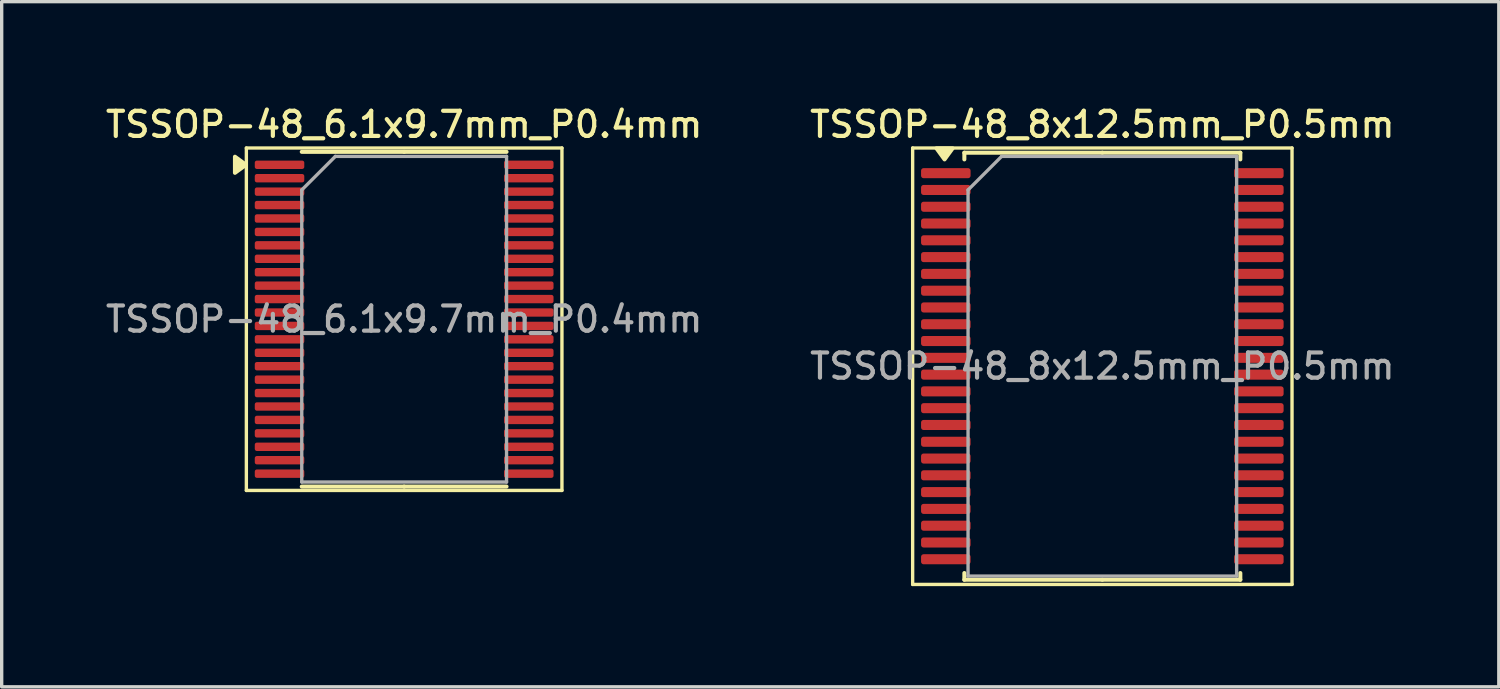
<source format=kicad_pcb>
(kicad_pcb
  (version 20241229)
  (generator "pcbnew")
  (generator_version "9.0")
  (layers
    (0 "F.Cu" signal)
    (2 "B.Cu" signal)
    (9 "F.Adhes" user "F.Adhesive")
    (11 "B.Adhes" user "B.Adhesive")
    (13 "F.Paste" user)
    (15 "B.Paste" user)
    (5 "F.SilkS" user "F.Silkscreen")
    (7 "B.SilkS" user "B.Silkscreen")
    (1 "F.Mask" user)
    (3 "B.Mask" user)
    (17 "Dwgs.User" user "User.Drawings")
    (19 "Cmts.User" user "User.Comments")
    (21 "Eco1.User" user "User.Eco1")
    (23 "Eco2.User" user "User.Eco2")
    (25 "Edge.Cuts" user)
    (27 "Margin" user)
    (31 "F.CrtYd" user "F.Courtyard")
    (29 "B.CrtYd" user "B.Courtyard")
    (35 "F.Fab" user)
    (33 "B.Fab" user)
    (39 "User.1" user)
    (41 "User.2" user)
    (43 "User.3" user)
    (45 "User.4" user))
  (footprint "TSSOP-48_6.1x9.7mm_P0.4mm"
    (layer "F.Cu")
    (at 8.988 6.458)
    (property "Reference" "TSSOP-48_6.1x9.7mm_P0.4mm" (at 0 -5.8 0) (layer "F.SilkS") (effects (font (size 0.75 0.75) (thickness 0.125))))
    (attr smd)
    (fp_line (start -4.7 -5.1) (end -4.7 5.1) (stroke (width 0.1) (type solid)) (layer "F.SilkS"))
    (fp_line (start -4.7 5.1) (end 4.7 5.1) (stroke (width 0.1) (type solid)) (layer "F.SilkS"))
    (fp_line (start 0 -4.985) (end -3.05 -4.985) (stroke (width 0.12) (type solid)) (layer "F.SilkS"))
    (fp_line (start 0 -4.985) (end 3.05 -4.985) (stroke (width 0.12) (type solid)) (layer "F.SilkS"))
    (fp_line (start 0 4.985) (end -3.05 4.985) (stroke (width 0.12) (type solid)) (layer "F.SilkS"))
    (fp_line (start 0 4.985) (end 3.05 4.985) (stroke (width 0.12) (type solid)) (layer "F.SilkS"))
    (fp_line (start 4.7 -5.1) (end -4.7 -5.1) (stroke (width 0.1) (type solid)) (layer "F.SilkS"))
    (fp_line (start 4.7 5.1) (end 4.7 -5.1) (stroke (width 0.1) (type solid)) (layer "F.SilkS"))
    (fp_poly (pts (xy -4.71 -4.6) (xy -5.04 -4.84) (xy -5.04 -4.36) (xy -4.71 -4.6)) (stroke (width 0.12) (type solid)) (fill yes) (layer "F.SilkS"))
    (fp_line (start -3.05 -3.85) (end -2.05 -4.85) (stroke (width 0.1) (type solid)) (layer "F.Fab"))
    (fp_line (start -3.05 4.85) (end -3.05 -3.85) (stroke (width 0.1) (type solid)) (layer "F.Fab"))
    (fp_line (start -2.05 -4.85) (end 3.05 -4.85) (stroke (width 0.1) (type solid)) (layer "F.Fab"))
    (fp_line (start 3.05 -4.85) (end 3.05 4.85) (stroke (width 0.1) (type solid)) (layer "F.Fab"))
    (fp_line (start 3.05 4.85) (end -3.05 4.85) (stroke (width 0.1) (type solid)) (layer "F.Fab"))
    (fp_text user "${REFERENCE}" (at 0 0 0) (layer "F.Fab") (effects (font (size 0.75 0.75) (thickness 0.125))))
    (pad "1" smd roundrect (at -3.712 -4.6) (size 1.475 0.25) (layers "F.Cu" "F.Mask" "F.Paste") (roundrect_rratio 0.25))
    (pad "2" smd roundrect (at -3.712 -4.2) (size 1.475 0.25) (layers "F.Cu" "F.Mask" "F.Paste") (roundrect_rratio 0.25))
    (pad "3" smd roundrect (at -3.712 -3.8) (size 1.475 0.25) (layers "F.Cu" "F.Mask" "F.Paste") (roundrect_rratio 0.25))
    (pad "4" smd roundrect (at -3.712 -3.4) (size 1.475 0.25) (layers "F.Cu" "F.Mask" "F.Paste") (roundrect_rratio 0.25))
    (pad "5" smd roundrect (at -3.712 -3) (size 1.475 0.25) (layers "F.Cu" "F.Mask" "F.Paste") (roundrect_rratio 0.25))
    (pad "6" smd roundrect (at -3.712 -2.6) (size 1.475 0.25) (layers "F.Cu" "F.Mask" "F.Paste") (roundrect_rratio 0.25))
    (pad "7" smd roundrect (at -3.712 -2.2) (size 1.475 0.25) (layers "F.Cu" "F.Mask" "F.Paste") (roundrect_rratio 0.25))
    (pad "8" smd roundrect (at -3.712 -1.8) (size 1.475 0.25) (layers "F.Cu" "F.Mask" "F.Paste") (roundrect_rratio 0.25))
    (pad "9" smd roundrect (at -3.712 -1.4) (size 1.475 0.25) (layers "F.Cu" "F.Mask" "F.Paste") (roundrect_rratio 0.25))
    (pad "10" smd roundrect (at -3.712 -1) (size 1.475 0.25) (layers "F.Cu" "F.Mask" "F.Paste") (roundrect_rratio 0.25))
    (pad "11" smd roundrect (at -3.712 -0.6) (size 1.475 0.25) (layers "F.Cu" "F.Mask" "F.Paste") (roundrect_rratio 0.25))
    (pad "12" smd roundrect (at -3.712 -0.2) (size 1.475 0.25) (layers "F.Cu" "F.Mask" "F.Paste") (roundrect_rratio 0.25))
    (pad "13" smd roundrect (at -3.712 0.2) (size 1.475 0.25) (layers "F.Cu" "F.Mask" "F.Paste") (roundrect_rratio 0.25))
    (pad "14" smd roundrect (at -3.712 0.6) (size 1.475 0.25) (layers "F.Cu" "F.Mask" "F.Paste") (roundrect_rratio 0.25))
    (pad "15" smd roundrect (at -3.712 1) (size 1.475 0.25) (layers "F.Cu" "F.Mask" "F.Paste") (roundrect_rratio 0.25))
    (pad "16" smd roundrect (at -3.712 1.4) (size 1.475 0.25) (layers "F.Cu" "F.Mask" "F.Paste") (roundrect_rratio 0.25))
    (pad "17" smd roundrect (at -3.712 1.8) (size 1.475 0.25) (layers "F.Cu" "F.Mask" "F.Paste") (roundrect_rratio 0.25))
    (pad "18" smd roundrect (at -3.712 2.2) (size 1.475 0.25) (layers "F.Cu" "F.Mask" "F.Paste") (roundrect_rratio 0.25))
    (pad "19" smd roundrect (at -3.712 2.6) (size 1.475 0.25) (layers "F.Cu" "F.Mask" "F.Paste") (roundrect_rratio 0.25))
    (pad "20" smd roundrect (at -3.712 3) (size 1.475 0.25) (layers "F.Cu" "F.Mask" "F.Paste") (roundrect_rratio 0.25))
    (pad "21" smd roundrect (at -3.712 3.4) (size 1.475 0.25) (layers "F.Cu" "F.Mask" "F.Paste") (roundrect_rratio 0.25))
    (pad "22" smd roundrect (at -3.712 3.8) (size 1.475 0.25) (layers "F.Cu" "F.Mask" "F.Paste") (roundrect_rratio 0.25))
    (pad "23" smd roundrect (at -3.712 4.2) (size 1.475 0.25) (layers "F.Cu" "F.Mask" "F.Paste") (roundrect_rratio 0.25))
    (pad "24" smd roundrect (at -3.712 4.6) (size 1.475 0.25) (layers "F.Cu" "F.Mask" "F.Paste") (roundrect_rratio 0.25))
    (pad "25" smd roundrect (at 3.712 4.6) (size 1.475 0.25) (layers "F.Cu" "F.Mask" "F.Paste") (roundrect_rratio 0.25))
    (pad "26" smd roundrect (at 3.712 4.2) (size 1.475 0.25) (layers "F.Cu" "F.Mask" "F.Paste") (roundrect_rratio 0.25))
    (pad "27" smd roundrect (at 3.712 3.8) (size 1.475 0.25) (layers "F.Cu" "F.Mask" "F.Paste") (roundrect_rratio 0.25))
    (pad "28" smd roundrect (at 3.712 3.4) (size 1.475 0.25) (layers "F.Cu" "F.Mask" "F.Paste") (roundrect_rratio 0.25))
    (pad "29" smd roundrect (at 3.712 3) (size 1.475 0.25) (layers "F.Cu" "F.Mask" "F.Paste") (roundrect_rratio 0.25))
    (pad "30" smd roundrect (at 3.712 2.6) (size 1.475 0.25) (layers "F.Cu" "F.Mask" "F.Paste") (roundrect_rratio 0.25))
    (pad "31" smd roundrect (at 3.712 2.2) (size 1.475 0.25) (layers "F.Cu" "F.Mask" "F.Paste") (roundrect_rratio 0.25))
    (pad "32" smd roundrect (at 3.712 1.8) (size 1.475 0.25) (layers "F.Cu" "F.Mask" "F.Paste") (roundrect_rratio 0.25))
    (pad "33" smd roundrect (at 3.712 1.4) (size 1.475 0.25) (layers "F.Cu" "F.Mask" "F.Paste") (roundrect_rratio 0.25))
    (pad "34" smd roundrect (at 3.712 1) (size 1.475 0.25) (layers "F.Cu" "F.Mask" "F.Paste") (roundrect_rratio 0.25))
    (pad "35" smd roundrect (at 3.712 0.6) (size 1.475 0.25) (layers "F.Cu" "F.Mask" "F.Paste") (roundrect_rratio 0.25))
    (pad "36" smd roundrect (at 3.712 0.2) (size 1.475 0.25) (layers "F.Cu" "F.Mask" "F.Paste") (roundrect_rratio 0.25))
    (pad "37" smd roundrect (at 3.712 -0.2) (size 1.475 0.25) (layers "F.Cu" "F.Mask" "F.Paste") (roundrect_rratio 0.25))
    (pad "38" smd roundrect (at 3.712 -0.6) (size 1.475 0.25) (layers "F.Cu" "F.Mask" "F.Paste") (roundrect_rratio 0.25))
    (pad "39" smd roundrect (at 3.712 -1) (size 1.475 0.25) (layers "F.Cu" "F.Mask" "F.Paste") (roundrect_rratio 0.25))
    (pad "40" smd roundrect (at 3.712 -1.4) (size 1.475 0.25) (layers "F.Cu" "F.Mask" "F.Paste") (roundrect_rratio 0.25))
    (pad "41" smd roundrect (at 3.712 -1.8) (size 1.475 0.25) (layers "F.Cu" "F.Mask" "F.Paste") (roundrect_rratio 0.25))
    (pad "42" smd roundrect (at 3.712 -2.2) (size 1.475 0.25) (layers "F.Cu" "F.Mask" "F.Paste") (roundrect_rratio 0.25))
    (pad "43" smd roundrect (at 3.712 -2.6) (size 1.475 0.25) (layers "F.Cu" "F.Mask" "F.Paste") (roundrect_rratio 0.25))
    (pad "44" smd roundrect (at 3.712 -3) (size 1.475 0.25) (layers "F.Cu" "F.Mask" "F.Paste") (roundrect_rratio 0.25))
    (pad "45" smd roundrect (at 3.712 -3.4) (size 1.475 0.25) (layers "F.Cu" "F.Mask" "F.Paste") (roundrect_rratio 0.25))
    (pad "46" smd roundrect (at 3.712 -3.8) (size 1.475 0.25) (layers "F.Cu" "F.Mask" "F.Paste") (roundrect_rratio 0.25))
    (pad "47" smd roundrect (at 3.712 -4.2) (size 1.475 0.25) (layers "F.Cu" "F.Mask" "F.Paste") (roundrect_rratio 0.25))
    (pad "48" smd roundrect (at 3.712 -4.6) (size 1.475 0.25) (layers "F.Cu" "F.Mask" "F.Paste") (roundrect_rratio 0.25)))
  (footprint "TSSOP-48_8x12.5mm_P0.5mm"
    (layer "F.Cu")
    (at 29.784 7.858)
    (property "Reference" "TSSOP-48_8x12.5mm_P0.5mm" (at 0 -7.2 0) (layer "F.SilkS") (effects (font (size 0.75 0.75) (thickness 0.125))))
    (attr smd)
    (fp_line (start -5.65 -6.5) (end -5.65 6.5) (stroke (width 0.1) (type solid)) (layer "F.SilkS"))
    (fp_line (start -5.65 6.5) (end 5.65 6.5) (stroke (width 0.1) (type solid)) (layer "F.SilkS"))
    (fp_line (start -4.11 -6.36) (end -4.11 -6.16) (stroke (width 0.12) (type solid)) (layer "F.SilkS"))
    (fp_line (start -4.11 6.36) (end -4.11 6.16) (stroke (width 0.12) (type solid)) (layer "F.SilkS"))
    (fp_line (start 0 -6.36) (end -4.11 -6.36) (stroke (width 0.12) (type solid)) (layer "F.SilkS"))
    (fp_line (start 0 -6.36) (end 4.11 -6.36) (stroke (width 0.12) (type solid)) (layer "F.SilkS"))
    (fp_line (start 0 6.36) (end -4.11 6.36) (stroke (width 0.12) (type solid)) (layer "F.SilkS"))
    (fp_line (start 0 6.36) (end 4.11 6.36) (stroke (width 0.12) (type solid)) (layer "F.SilkS"))
    (fp_line (start 4.11 -6.36) (end 4.11 -6.16) (stroke (width 0.12) (type solid)) (layer "F.SilkS"))
    (fp_line (start 4.11 6.36) (end 4.11 6.16) (stroke (width 0.12) (type solid)) (layer "F.SilkS"))
    (fp_line (start 5.65 -6.5) (end -5.65 -6.5) (stroke (width 0.1) (type solid)) (layer "F.SilkS"))
    (fp_line (start 5.65 6.5) (end 5.65 -6.5) (stroke (width 0.1) (type solid)) (layer "F.SilkS"))
    (fp_poly (pts (xy -4.7 -6.16) (xy -4.94 -6.49) (xy -4.46 -6.49) (xy -4.7 -6.16)) (stroke (width 0.12) (type solid)) (fill yes) (layer "F.SilkS"))
    (fp_line (start -4 -5.25) (end -3 -6.25) (stroke (width 0.1) (type solid)) (layer "F.Fab"))
    (fp_line (start -4 6.25) (end -4 -5.25) (stroke (width 0.1) (type solid)) (layer "F.Fab"))
    (fp_line (start -3 -6.25) (end 4 -6.25) (stroke (width 0.1) (type solid)) (layer "F.Fab"))
    (fp_line (start 4 -6.25) (end 4 6.25) (stroke (width 0.1) (type solid)) (layer "F.Fab"))
    (fp_line (start 4 6.25) (end -4 6.25) (stroke (width 0.1) (type solid)) (layer "F.Fab"))
    (fp_text user "${REFERENCE}" (at 0 0 0) (layer "F.Fab") (effects (font (size 0.75 0.75) (thickness 0.125))))
    (pad "1" smd roundrect (at -4.662 -5.75) (size 1.475 0.3) (layers "F.Cu" "F.Mask" "F.Paste") (roundrect_rratio 0.25))
    (pad "2" smd roundrect (at -4.662 -5.25) (size 1.475 0.3) (layers "F.Cu" "F.Mask" "F.Paste") (roundrect_rratio 0.25))
    (pad "3" smd roundrect (at -4.662 -4.75) (size 1.475 0.3) (layers "F.Cu" "F.Mask" "F.Paste") (roundrect_rratio 0.25))
    (pad "4" smd roundrect (at -4.662 -4.25) (size 1.475 0.3) (layers "F.Cu" "F.Mask" "F.Paste") (roundrect_rratio 0.25))
    (pad "5" smd roundrect (at -4.662 -3.75) (size 1.475 0.3) (layers "F.Cu" "F.Mask" "F.Paste") (roundrect_rratio 0.25))
    (pad "6" smd roundrect (at -4.662 -3.25) (size 1.475 0.3) (layers "F.Cu" "F.Mask" "F.Paste") (roundrect_rratio 0.25))
    (pad "7" smd roundrect (at -4.662 -2.75) (size 1.475 0.3) (layers "F.Cu" "F.Mask" "F.Paste") (roundrect_rratio 0.25))
    (pad "8" smd roundrect (at -4.662 -2.25) (size 1.475 0.3) (layers "F.Cu" "F.Mask" "F.Paste") (roundrect_rratio 0.25))
    (pad "9" smd roundrect (at -4.662 -1.75) (size 1.475 0.3) (layers "F.Cu" "F.Mask" "F.Paste") (roundrect_rratio 0.25))
    (pad "10" smd roundrect (at -4.662 -1.25) (size 1.475 0.3) (layers "F.Cu" "F.Mask" "F.Paste") (roundrect_rratio 0.25))
    (pad "11" smd roundrect (at -4.662 -0.75) (size 1.475 0.3) (layers "F.Cu" "F.Mask" "F.Paste") (roundrect_rratio 0.25))
    (pad "12" smd roundrect (at -4.662 -0.25) (size 1.475 0.3) (layers "F.Cu" "F.Mask" "F.Paste") (roundrect_rratio 0.25))
    (pad "13" smd roundrect (at -4.662 0.25) (size 1.475 0.3) (layers "F.Cu" "F.Mask" "F.Paste") (roundrect_rratio 0.25))
    (pad "14" smd roundrect (at -4.662 0.75) (size 1.475 0.3) (layers "F.Cu" "F.Mask" "F.Paste") (roundrect_rratio 0.25))
    (pad "15" smd roundrect (at -4.662 1.25) (size 1.475 0.3) (layers "F.Cu" "F.Mask" "F.Paste") (roundrect_rratio 0.25))
    (pad "16" smd roundrect (at -4.662 1.75) (size 1.475 0.3) (layers "F.Cu" "F.Mask" "F.Paste") (roundrect_rratio 0.25))
    (pad "17" smd roundrect (at -4.662 2.25) (size 1.475 0.3) (layers "F.Cu" "F.Mask" "F.Paste") (roundrect_rratio 0.25))
    (pad "18" smd roundrect (at -4.662 2.75) (size 1.475 0.3) (layers "F.Cu" "F.Mask" "F.Paste") (roundrect_rratio 0.25))
    (pad "19" smd roundrect (at -4.662 3.25) (size 1.475 0.3) (layers "F.Cu" "F.Mask" "F.Paste") (roundrect_rratio 0.25))
    (pad "20" smd roundrect (at -4.662 3.75) (size 1.475 0.3) (layers "F.Cu" "F.Mask" "F.Paste") (roundrect_rratio 0.25))
    (pad "21" smd roundrect (at -4.662 4.25) (size 1.475 0.3) (layers "F.Cu" "F.Mask" "F.Paste") (roundrect_rratio 0.25))
    (pad "22" smd roundrect (at -4.662 4.75) (size 1.475 0.3) (layers "F.Cu" "F.Mask" "F.Paste") (roundrect_rratio 0.25))
    (pad "23" smd roundrect (at -4.662 5.25) (size 1.475 0.3) (layers "F.Cu" "F.Mask" "F.Paste") (roundrect_rratio 0.25))
    (pad "24" smd roundrect (at -4.662 5.75) (size 1.475 0.3) (layers "F.Cu" "F.Mask" "F.Paste") (roundrect_rratio 0.25))
    (pad "25" smd roundrect (at 4.662 5.75) (size 1.475 0.3) (layers "F.Cu" "F.Mask" "F.Paste") (roundrect_rratio 0.25))
    (pad "26" smd roundrect (at 4.662 5.25) (size 1.475 0.3) (layers "F.Cu" "F.Mask" "F.Paste") (roundrect_rratio 0.25))
    (pad "27" smd roundrect (at 4.662 4.75) (size 1.475 0.3) (layers "F.Cu" "F.Mask" "F.Paste") (roundrect_rratio 0.25))
    (pad "28" smd roundrect (at 4.662 4.25) (size 1.475 0.3) (layers "F.Cu" "F.Mask" "F.Paste") (roundrect_rratio 0.25))
    (pad "29" smd roundrect (at 4.662 3.75) (size 1.475 0.3) (layers "F.Cu" "F.Mask" "F.Paste") (roundrect_rratio 0.25))
    (pad "30" smd roundrect (at 4.662 3.25) (size 1.475 0.3) (layers "F.Cu" "F.Mask" "F.Paste") (roundrect_rratio 0.25))
    (pad "31" smd roundrect (at 4.662 2.75) (size 1.475 0.3) (layers "F.Cu" "F.Mask" "F.Paste") (roundrect_rratio 0.25))
    (pad "32" smd roundrect (at 4.662 2.25) (size 1.475 0.3) (layers "F.Cu" "F.Mask" "F.Paste") (roundrect_rratio 0.25))
    (pad "33" smd roundrect (at 4.662 1.75) (size 1.475 0.3) (layers "F.Cu" "F.Mask" "F.Paste") (roundrect_rratio 0.25))
    (pad "34" smd roundrect (at 4.662 1.25) (size 1.475 0.3) (layers "F.Cu" "F.Mask" "F.Paste") (roundrect_rratio 0.25))
    (pad "35" smd roundrect (at 4.662 0.75) (size 1.475 0.3) (layers "F.Cu" "F.Mask" "F.Paste") (roundrect_rratio 0.25))
    (pad "36" smd roundrect (at 4.662 0.25) (size 1.475 0.3) (layers "F.Cu" "F.Mask" "F.Paste") (roundrect_rratio 0.25))
    (pad "37" smd roundrect (at 4.662 -0.25) (size 1.475 0.3) (layers "F.Cu" "F.Mask" "F.Paste") (roundrect_rratio 0.25))
    (pad "38" smd roundrect (at 4.662 -0.75) (size 1.475 0.3) (layers "F.Cu" "F.Mask" "F.Paste") (roundrect_rratio 0.25))
    (pad "39" smd roundrect (at 4.662 -1.25) (size 1.475 0.3) (layers "F.Cu" "F.Mask" "F.Paste") (roundrect_rratio 0.25))
    (pad "40" smd roundrect (at 4.662 -1.75) (size 1.475 0.3) (layers "F.Cu" "F.Mask" "F.Paste") (roundrect_rratio 0.25))
    (pad "41" smd roundrect (at 4.662 -2.25) (size 1.475 0.3) (layers "F.Cu" "F.Mask" "F.Paste") (roundrect_rratio 0.25))
    (pad "42" smd roundrect (at 4.662 -2.75) (size 1.475 0.3) (layers "F.Cu" "F.Mask" "F.Paste") (roundrect_rratio 0.25))
    (pad "43" smd roundrect (at 4.662 -3.25) (size 1.475 0.3) (layers "F.Cu" "F.Mask" "F.Paste") (roundrect_rratio 0.25))
    (pad "44" smd roundrect (at 4.662 -3.75) (size 1.475 0.3) (layers "F.Cu" "F.Mask" "F.Paste") (roundrect_rratio 0.25))
    (pad "45" smd roundrect (at 4.662 -4.25) (size 1.475 0.3) (layers "F.Cu" "F.Mask" "F.Paste") (roundrect_rratio 0.25))
    (pad "46" smd roundrect (at 4.662 -4.75) (size 1.475 0.3) (layers "F.Cu" "F.Mask" "F.Paste") (roundrect_rratio 0.25))
    (pad "47" smd roundrect (at 4.662 -5.25) (size 1.475 0.3) (layers "F.Cu" "F.Mask" "F.Paste") (roundrect_rratio 0.25))
    (pad "48" smd roundrect (at 4.662 -5.75) (size 1.475 0.3) (layers "F.Cu" "F.Mask" "F.Paste") (roundrect_rratio 0.25)))
  (gr_rect
    (start -3 -3)
    (end 41.593 17.408)
    (stroke (width 0.1) (type default))
    (fill no)
    (layer "Edge.Cuts")))
</source>
